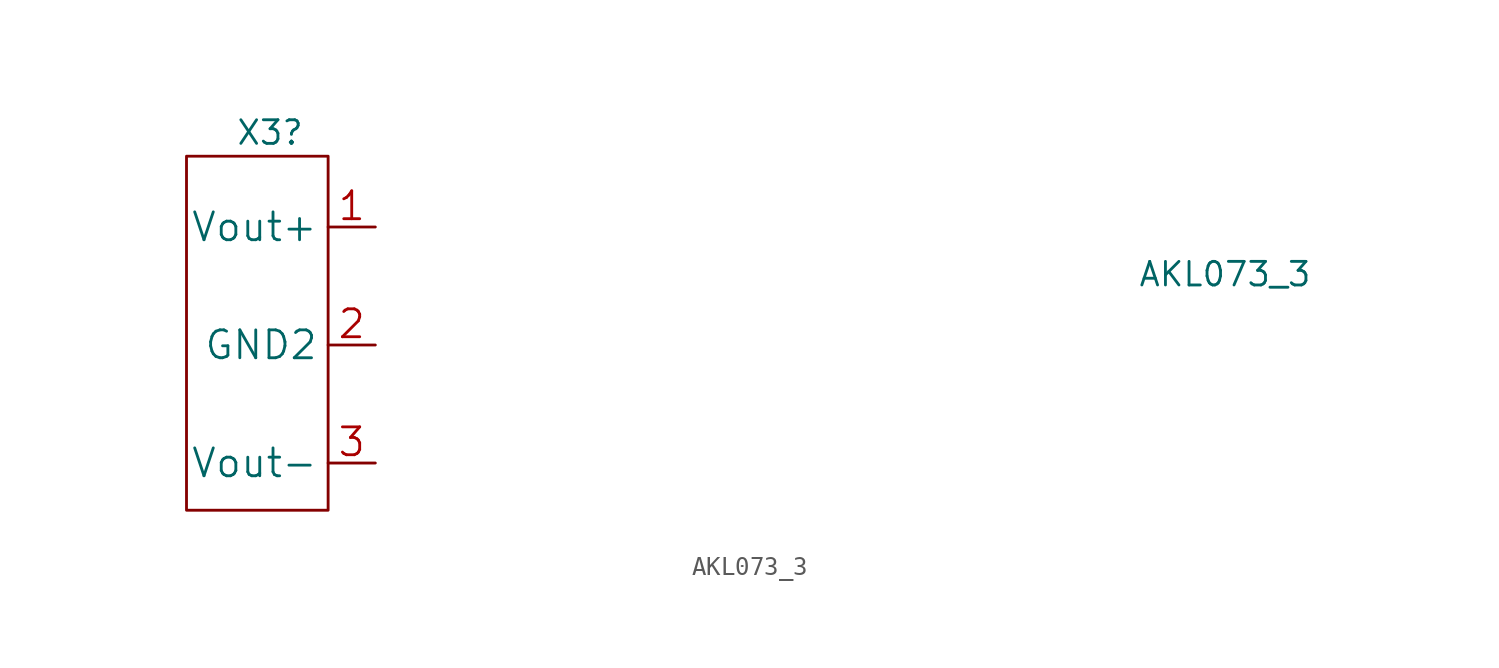
<source format=kicad_sym>
(kicad_symbol_lib
  (version 20220914)
  (generator kicad_symbol_editor)
  (symbol "AKL073_3"
    (property "Reference" "X3"
      (at -19.05 1.27 0)
      (effects (font (size 1.27 1.27)) (justify right)))
    (property "Value" "AKL073_3"
      (at 30.48 -6.35 0)
      (effects (font (size 1.27 1.27))))
    (symbol "AKL073_3_0_1"
      (rectangle (start -25.4 0) (end -17.78 -19.05) (stroke (width 0) (type default)) (fill (type none))))
    (symbol "AKL073_3_1_1"
      (pin passive line (at -15.24 -3.81 180) (length 2.54) (name "Vout+" (effects (font (size 1.5 1.5)))) (number "1" (effects (font (size 1.5 1.5)))))
      (pin passive line (at -15.24 -10.16 180) (length 2.54) (name "GND2" (effects (font (size 1.5 1.5)))) (number "2" (effects (font (size 1.5 1.5)))))
      (pin passive line (at -15.24 -16.51 180) (length 2.54) (name "Vout-" (effects (font (size 1.5 1.5)))) (number "3" (effects (font (size 1.5 1.5))))))))
</source>
